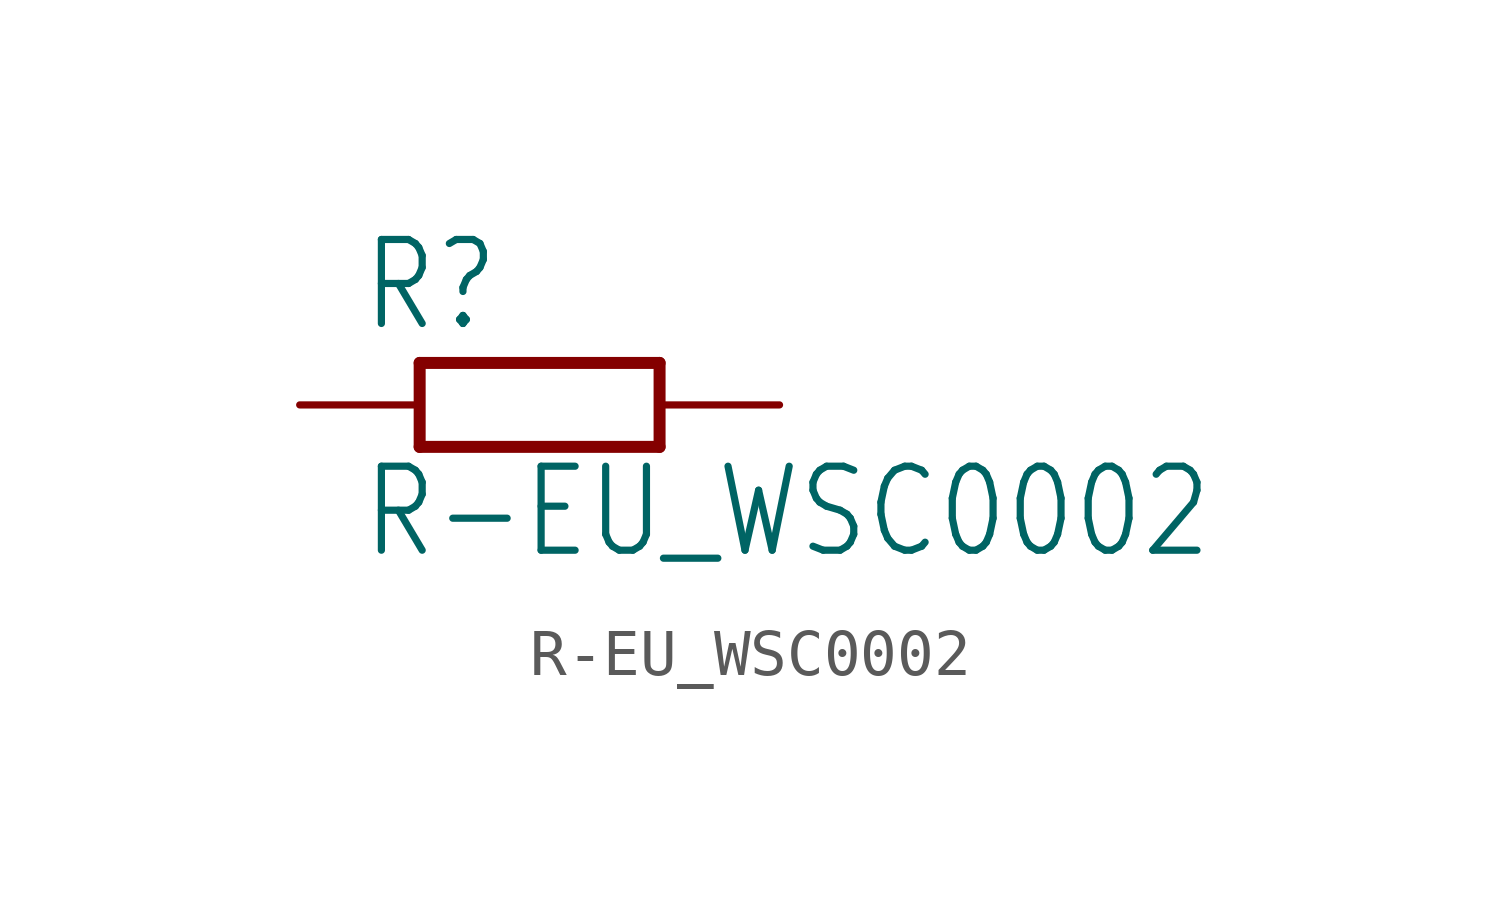
<source format=kicad_sym>
(kicad_symbol_lib
  (version 20201005)
  (generator kicad_symbol_editor)
  (symbol "R-EU_WSC0002"
    (property "Reference" "R"
      (at -3.81 1.499 0)
      (effects (font (size 1.778 1.511)) (justify left bottom)))
    (property "Value" "R-EU_WSC0002"
      (at -3.81 -3.302 0)
      (effects (font (size 1.778 1.511)) (justify left bottom)))
    (property "ki_locked" ""
      (at 0 0 0)
      (effects (font (size 1.27 1.27))))
    (symbol "R-EU_WSC0002_1_0"
      (polyline (pts (xy -2.54 -0.889) (xy 2.54 -0.889)) (stroke (width 0.254)) (fill (type none)))
      (polyline (pts (xy 2.54 0.889) (xy -2.54 0.889)) (stroke (width 0.254)) (fill (type none)))
      (polyline (pts (xy 2.54 -0.889) (xy 2.54 0.889)) (stroke (width 0.254)) (fill (type none)))
      (polyline (pts (xy -2.54 -0.889) (xy -2.54 0.889)) (stroke (width 0.254)) (fill (type none)))
      (pin passive line (at 5.08 0 180) (length 2.54) (name "2" (effects (font (size 0 0)))) (number "2" (effects (font (size 0 0)))))
      (pin passive line (at -5.08 0 0) (length 2.54) (name "1" (effects (font (size 0 0)))) (number "1" (effects (font (size 0 0))))))))
</source>
